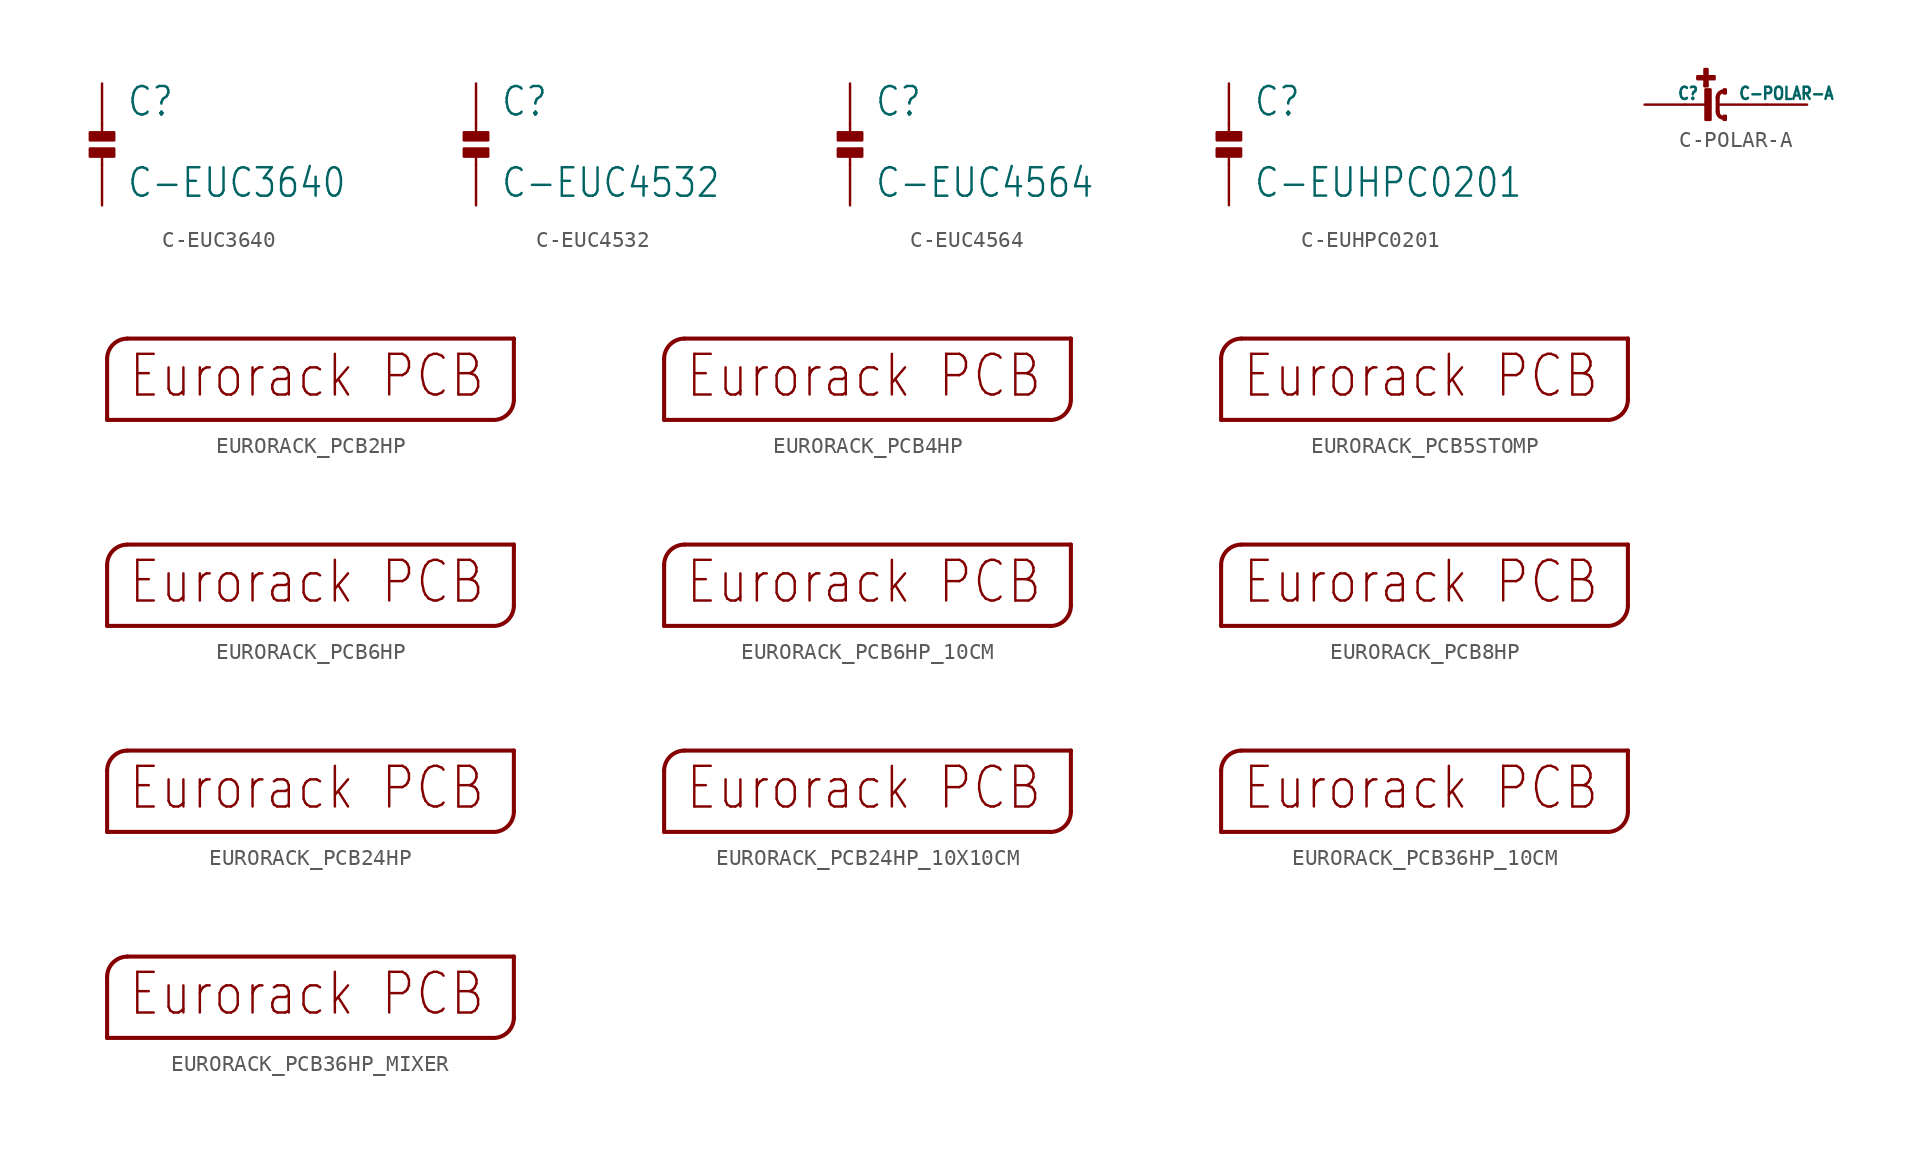
<source format=kicad_sym>
(kicad_symbol_lib
  (version 20211014)
  (generator kicad_symbol_editor)
  (symbol "C-EUC3640"
    (property "Reference" "C"
      (at 1.524 0.381 0)
      (effects (font (size 1.778 1.511)) (justify left bottom)))
    (property "Value" "C-EUC3640"
      (at 1.524 -4.699 0)
      (effects (font (size 1.778 1.511)) (justify left bottom)))
    (property "ki_locked" ""
      (at 0 0 0)
      (effects (font (size 1.27 1.27))))
    (symbol "C-EUC3640_1_0"
      (rectangle (start -0.762 -2.032) (end 0.762 -1.524) (stroke (width 0) (type default) (color 0 0 0 0)) (fill (type outline)))
      (rectangle (start -0.762 -1.016) (end 0.762 -0.508) (stroke (width 0) (type default) (color 0 0 0 0)) (fill (type outline)))
      (polyline (pts (xy 0 -2.54) (xy 0 -2.032)) (stroke (width 0.152) (type default) (color 0 0 0 0)) (fill (type none)))
      (polyline (pts (xy 0 0) (xy 0 -0.508)) (stroke (width 0.152) (type default) (color 0 0 0 0)) (fill (type none)))
      (pin passive line (at 0 2.54 270) (length 2.54) (name "1" (effects (font (size 0 0)))) (number "1" (effects (font (size 0 0)))))
      (pin passive line (at 0 -5.08 90) (length 2.54) (name "2" (effects (font (size 0 0)))) (number "2" (effects (font (size 0 0)))))))
  (symbol "C-EUC4532"
    (property "Reference" "C"
      (at 1.524 0.381 0)
      (effects (font (size 1.778 1.511)) (justify left bottom)))
    (property "Value" "C-EUC4532"
      (at 1.524 -4.699 0)
      (effects (font (size 1.778 1.511)) (justify left bottom)))
    (property "ki_locked" ""
      (at 0 0 0)
      (effects (font (size 1.27 1.27))))
    (symbol "C-EUC4532_1_0"
      (rectangle (start -0.762 -2.032) (end 0.762 -1.524) (stroke (width 0) (type default) (color 0 0 0 0)) (fill (type outline)))
      (rectangle (start -0.762 -1.016) (end 0.762 -0.508) (stroke (width 0) (type default) (color 0 0 0 0)) (fill (type outline)))
      (polyline (pts (xy 0 -2.54) (xy 0 -2.032)) (stroke (width 0.152) (type default) (color 0 0 0 0)) (fill (type none)))
      (polyline (pts (xy 0 0) (xy 0 -0.508)) (stroke (width 0.152) (type default) (color 0 0 0 0)) (fill (type none)))
      (pin passive line (at 0 2.54 270) (length 2.54) (name "1" (effects (font (size 0 0)))) (number "1" (effects (font (size 0 0)))))
      (pin passive line (at 0 -5.08 90) (length 2.54) (name "2" (effects (font (size 0 0)))) (number "2" (effects (font (size 0 0)))))))
  (symbol "C-EUC4564"
    (property "Reference" "C"
      (at 1.524 0.381 0)
      (effects (font (size 1.778 1.511)) (justify left bottom)))
    (property "Value" "C-EUC4564"
      (at 1.524 -4.699 0)
      (effects (font (size 1.778 1.511)) (justify left bottom)))
    (property "ki_locked" ""
      (at 0 0 0)
      (effects (font (size 1.27 1.27))))
    (symbol "C-EUC4564_1_0"
      (rectangle (start -0.762 -2.032) (end 0.762 -1.524) (stroke (width 0) (type default) (color 0 0 0 0)) (fill (type outline)))
      (rectangle (start -0.762 -1.016) (end 0.762 -0.508) (stroke (width 0) (type default) (color 0 0 0 0)) (fill (type outline)))
      (polyline (pts (xy 0 -2.54) (xy 0 -2.032)) (stroke (width 0.152) (type default) (color 0 0 0 0)) (fill (type none)))
      (polyline (pts (xy 0 0) (xy 0 -0.508)) (stroke (width 0.152) (type default) (color 0 0 0 0)) (fill (type none)))
      (pin passive line (at 0 2.54 270) (length 2.54) (name "1" (effects (font (size 0 0)))) (number "1" (effects (font (size 0 0)))))
      (pin passive line (at 0 -5.08 90) (length 2.54) (name "2" (effects (font (size 0 0)))) (number "2" (effects (font (size 0 0)))))))
  (symbol "C-EUHPC0201"
    (property "Reference" "C"
      (at 1.524 0.381 0)
      (effects (font (size 1.778 1.511)) (justify left bottom)))
    (property "Value" "C-EUHPC0201"
      (at 1.524 -4.699 0)
      (effects (font (size 1.778 1.511)) (justify left bottom)))
    (property "ki_locked" ""
      (at 0 0 0)
      (effects (font (size 1.27 1.27))))
    (symbol "C-EUHPC0201_1_0"
      (rectangle (start -0.762 -2.032) (end 0.762 -1.524) (stroke (width 0) (type default) (color 0 0 0 0)) (fill (type outline)))
      (rectangle (start -0.762 -1.016) (end 0.762 -0.508) (stroke (width 0) (type default) (color 0 0 0 0)) (fill (type outline)))
      (polyline (pts (xy 0 -2.54) (xy 0 -2.032)) (stroke (width 0.152) (type default) (color 0 0 0 0)) (fill (type none)))
      (polyline (pts (xy 0 0) (xy 0 -0.508)) (stroke (width 0.152) (type default) (color 0 0 0 0)) (fill (type none)))
      (pin passive line (at 0 2.54 270) (length 2.54) (name "1" (effects (font (size 0 0)))) (number "1" (effects (font (size 0 0)))))
      (pin passive line (at 0 -5.08 90) (length 2.54) (name "2" (effects (font (size 0 0)))) (number "2" (effects (font (size 0 0)))))))
  (symbol "C-POLAR-A"
    (property "Reference" "C"
      (at -1.651 0.254 0)
      (effects (font (size 0.762 0.648)) (justify right bottom)))
    (property "Value" "C-POLAR-A"
      (at 0.762 0.254 0)
      (effects (font (size 0.762 0.648)) (justify left bottom)))
    (property "ki_locked" ""
      (at 0 0 0)
      (effects (font (size 1.27 1.27))))
    (symbol "C-POLAR-A_1_0"
      (rectangle (start -1.778 1.587) (end -0.699 1.778) (stroke (width 0) (type default) (color 0 0 0 0)) (fill (type outline)))
      (rectangle (start -1.714 1.651) (end -0.762 1.778) (stroke (width 0) (type default) (color 0 0 0 0)) (fill (type outline)))
      (rectangle (start -1.333 1.143) (end -1.143 1.206) (stroke (width 0) (type default) (color 0 0 0 0)) (fill (type outline)))
      (rectangle (start -1.333 1.206) (end -1.206 2.223) (stroke (width 0) (type default) (color 0 0 0 0)) (fill (type outline)))
      (rectangle (start -1.27 -0.953) (end -0.953 0.953) (stroke (width 0) (type default) (color 0 0 0 0)) (fill (type outline)))
      (rectangle (start -1.206 1.206) (end -1.143 2.223) (stroke (width 0) (type default) (color 0 0 0 0)) (fill (type outline)))
      (arc (start -0.508 -0.4445) (mid -0.3964 -0.7139) (end -0.127 -0.8255) (stroke (width 0.254) (type default) (color 0 0 0 0)) (fill (type none)))
      (rectangle (start -0.127 -0.953) (end 0 -0.699) (stroke (width 0) (type default) (color 0 0 0 0)) (fill (type outline)))
      (rectangle (start -0.127 0.699) (end 0 0.889) (stroke (width 0) (type default) (color 0 0 0 0)) (fill (type outline)))
      (arc (start -0.127 0.8255) (mid -0.3963 0.7138) (end -0.508 0.4445) (stroke (width 0.254) (type default) (color 0 0 0 0)) (fill (type none)))
      (rectangle (start -0.127 0.889) (end 0 0.953) (stroke (width 0) (type default) (color 0 0 0 0)) (fill (type outline)))
      (polyline (pts (xy -1.27 0) (xy -2.54 0)) (stroke (width 0.152) (type default) (color 0 0 0 0)) (fill (type none)))
      (polyline (pts (xy -0.508 0) (xy 2.54 0)) (stroke (width 0.152) (type default) (color 0 0 0 0)) (fill (type none)))
      (polyline (pts (xy -0.508 0.445) (xy -0.508 -0.445)) (stroke (width 0.254) (type default) (color 0 0 0 0)) (fill (type none)))
      (pin bidirectional line (at -5.08 0 0) (length 2.54) (name "1" (effects (font (size 0 0)))) (number "+" (effects (font (size 0 0)))))
      (pin bidirectional line (at 5.08 0 180) (length 2.54) (name "2" (effects (font (size 0 0)))) (number "-" (effects (font (size 0 0)))))))
  (symbol "EURORACK_PCB2HP"
    (property "Reference" "PCB"
      (at 0 0 0)
      (effects (font (size 1.27 1.27)) hide))
    (property "ki_locked" ""
      (at 0 0 0)
      (effects (font (size 1.27 1.27))))
    (symbol "EURORACK_PCB2HP_1_0"
      (polyline (pts (xy -1.27 -1.27) (xy 22.86 -1.27)) (stroke (width 0.254) (type default) (color 0 0 0 0)) (fill (type none)))
      (polyline (pts (xy -1.27 2.54) (xy -1.27 -1.27)) (stroke (width 0.254) (type default) (color 0 0 0 0)) (fill (type none)))
      (polyline (pts (xy 24.13 0) (xy 24.13 3.81)) (stroke (width 0.254) (type default) (color 0 0 0 0)) (fill (type none)))
      (polyline (pts (xy 24.13 3.81) (xy 0 3.81)) (stroke (width 0.254) (type default) (color 0 0 0 0)) (fill (type none)))
      (arc (start 0 3.81) (mid -0.898 3.438) (end -1.27 2.54) (stroke (width 0.254) (type default) (color 0 0 0 0)) (fill (type none)))
      (arc (start 22.86 -1.27) (mid 23.758 -0.898) (end 24.13 0) (stroke (width 0.254) (type default) (color 0 0 0 0)) (fill (type none)))
      (text "Eurorack PCB" (at 0 0 0) (effects (font (size 2.54 2.159)) (justify left bottom)))))
  (symbol "EURORACK_PCB4HP"
    (property "Reference" "PCB"
      (at 0 0 0)
      (effects (font (size 1.27 1.27)) hide))
    (property "ki_locked" ""
      (at 0 0 0)
      (effects (font (size 1.27 1.27))))
    (symbol "EURORACK_PCB4HP_1_0"
      (polyline (pts (xy -1.27 -1.27) (xy 22.86 -1.27)) (stroke (width 0.254) (type default) (color 0 0 0 0)) (fill (type none)))
      (polyline (pts (xy -1.27 2.54) (xy -1.27 -1.27)) (stroke (width 0.254) (type default) (color 0 0 0 0)) (fill (type none)))
      (polyline (pts (xy 24.13 0) (xy 24.13 3.81)) (stroke (width 0.254) (type default) (color 0 0 0 0)) (fill (type none)))
      (polyline (pts (xy 24.13 3.81) (xy 0 3.81)) (stroke (width 0.254) (type default) (color 0 0 0 0)) (fill (type none)))
      (arc (start 0 3.81) (mid -0.898 3.438) (end -1.27 2.54) (stroke (width 0.254) (type default) (color 0 0 0 0)) (fill (type none)))
      (arc (start 22.86 -1.27) (mid 23.758 -0.898) (end 24.13 0) (stroke (width 0.254) (type default) (color 0 0 0 0)) (fill (type none)))
      (text "Eurorack PCB" (at 0 0 0) (effects (font (size 2.54 2.159)) (justify left bottom)))))
  (symbol "EURORACK_PCB5STOMP"
    (property "Reference" "PCB"
      (at 0 0 0)
      (effects (font (size 1.27 1.27)) hide))
    (property "ki_locked" ""
      (at 0 0 0)
      (effects (font (size 1.27 1.27))))
    (symbol "EURORACK_PCB5STOMP_1_0"
      (polyline (pts (xy -1.27 -1.27) (xy 22.86 -1.27)) (stroke (width 0.254) (type default) (color 0 0 0 0)) (fill (type none)))
      (polyline (pts (xy -1.27 2.54) (xy -1.27 -1.27)) (stroke (width 0.254) (type default) (color 0 0 0 0)) (fill (type none)))
      (polyline (pts (xy 24.13 0) (xy 24.13 3.81)) (stroke (width 0.254) (type default) (color 0 0 0 0)) (fill (type none)))
      (polyline (pts (xy 24.13 3.81) (xy 0 3.81)) (stroke (width 0.254) (type default) (color 0 0 0 0)) (fill (type none)))
      (arc (start 0 3.81) (mid -0.898 3.438) (end -1.27 2.54) (stroke (width 0.254) (type default) (color 0 0 0 0)) (fill (type none)))
      (arc (start 22.86 -1.27) (mid 23.758 -0.898) (end 24.13 0) (stroke (width 0.254) (type default) (color 0 0 0 0)) (fill (type none)))
      (text "Eurorack PCB" (at 0 0 0) (effects (font (size 2.54 2.159)) (justify left bottom)))))
  (symbol "EURORACK_PCB6HP"
    (property "Reference" "PCB"
      (at 0 0 0)
      (effects (font (size 1.27 1.27)) hide))
    (property "ki_locked" ""
      (at 0 0 0)
      (effects (font (size 1.27 1.27))))
    (symbol "EURORACK_PCB6HP_1_0"
      (polyline (pts (xy -1.27 -1.27) (xy 22.86 -1.27)) (stroke (width 0.254) (type default) (color 0 0 0 0)) (fill (type none)))
      (polyline (pts (xy -1.27 2.54) (xy -1.27 -1.27)) (stroke (width 0.254) (type default) (color 0 0 0 0)) (fill (type none)))
      (polyline (pts (xy 24.13 0) (xy 24.13 3.81)) (stroke (width 0.254) (type default) (color 0 0 0 0)) (fill (type none)))
      (polyline (pts (xy 24.13 3.81) (xy 0 3.81)) (stroke (width 0.254) (type default) (color 0 0 0 0)) (fill (type none)))
      (arc (start 0 3.81) (mid -0.898 3.438) (end -1.27 2.54) (stroke (width 0.254) (type default) (color 0 0 0 0)) (fill (type none)))
      (arc (start 22.86 -1.27) (mid 23.758 -0.898) (end 24.13 0) (stroke (width 0.254) (type default) (color 0 0 0 0)) (fill (type none)))
      (text "Eurorack PCB" (at 0 0 0) (effects (font (size 2.54 2.159)) (justify left bottom)))))
  (symbol "EURORACK_PCB6HP_10CM"
    (property "Reference" "PCB"
      (at 0 0 0)
      (effects (font (size 1.27 1.27)) hide))
    (property "ki_locked" ""
      (at 0 0 0)
      (effects (font (size 1.27 1.27))))
    (symbol "EURORACK_PCB6HP_10CM_1_0"
      (polyline (pts (xy -1.27 -1.27) (xy 22.86 -1.27)) (stroke (width 0.254) (type default) (color 0 0 0 0)) (fill (type none)))
      (polyline (pts (xy -1.27 2.54) (xy -1.27 -1.27)) (stroke (width 0.254) (type default) (color 0 0 0 0)) (fill (type none)))
      (polyline (pts (xy 24.13 0) (xy 24.13 3.81)) (stroke (width 0.254) (type default) (color 0 0 0 0)) (fill (type none)))
      (polyline (pts (xy 24.13 3.81) (xy 0 3.81)) (stroke (width 0.254) (type default) (color 0 0 0 0)) (fill (type none)))
      (arc (start 0 3.81) (mid -0.898 3.438) (end -1.27 2.54) (stroke (width 0.254) (type default) (color 0 0 0 0)) (fill (type none)))
      (arc (start 22.86 -1.27) (mid 23.758 -0.898) (end 24.13 0) (stroke (width 0.254) (type default) (color 0 0 0 0)) (fill (type none)))
      (text "Eurorack PCB" (at 0 0 0) (effects (font (size 2.54 2.159)) (justify left bottom)))))
  (symbol "EURORACK_PCB8HP"
    (property "Reference" "PCB"
      (at 0 0 0)
      (effects (font (size 1.27 1.27)) hide))
    (property "ki_locked" ""
      (at 0 0 0)
      (effects (font (size 1.27 1.27))))
    (symbol "EURORACK_PCB8HP_1_0"
      (polyline (pts (xy -1.27 -1.27) (xy 22.86 -1.27)) (stroke (width 0.254) (type default) (color 0 0 0 0)) (fill (type none)))
      (polyline (pts (xy -1.27 2.54) (xy -1.27 -1.27)) (stroke (width 0.254) (type default) (color 0 0 0 0)) (fill (type none)))
      (polyline (pts (xy 24.13 0) (xy 24.13 3.81)) (stroke (width 0.254) (type default) (color 0 0 0 0)) (fill (type none)))
      (polyline (pts (xy 24.13 3.81) (xy 0 3.81)) (stroke (width 0.254) (type default) (color 0 0 0 0)) (fill (type none)))
      (arc (start 0 3.81) (mid -0.898 3.438) (end -1.27 2.54) (stroke (width 0.254) (type default) (color 0 0 0 0)) (fill (type none)))
      (arc (start 22.86 -1.27) (mid 23.758 -0.898) (end 24.13 0) (stroke (width 0.254) (type default) (color 0 0 0 0)) (fill (type none)))
      (text "Eurorack PCB" (at 0 0 0) (effects (font (size 2.54 2.159)) (justify left bottom)))))
  (symbol "EURORACK_PCB24HP"
    (property "Reference" "PCB"
      (at 0 0 0)
      (effects (font (size 1.27 1.27)) hide))
    (property "ki_locked" ""
      (at 0 0 0)
      (effects (font (size 1.27 1.27))))
    (symbol "EURORACK_PCB24HP_1_0"
      (polyline (pts (xy -1.27 -1.27) (xy 22.86 -1.27)) (stroke (width 0.254) (type default) (color 0 0 0 0)) (fill (type none)))
      (polyline (pts (xy -1.27 2.54) (xy -1.27 -1.27)) (stroke (width 0.254) (type default) (color 0 0 0 0)) (fill (type none)))
      (polyline (pts (xy 24.13 0) (xy 24.13 3.81)) (stroke (width 0.254) (type default) (color 0 0 0 0)) (fill (type none)))
      (polyline (pts (xy 24.13 3.81) (xy 0 3.81)) (stroke (width 0.254) (type default) (color 0 0 0 0)) (fill (type none)))
      (arc (start 0 3.81) (mid -0.898 3.438) (end -1.27 2.54) (stroke (width 0.254) (type default) (color 0 0 0 0)) (fill (type none)))
      (arc (start 22.86 -1.27) (mid 23.758 -0.898) (end 24.13 0) (stroke (width 0.254) (type default) (color 0 0 0 0)) (fill (type none)))
      (text "Eurorack PCB" (at 0 0 0) (effects (font (size 2.54 2.159)) (justify left bottom)))))
  (symbol "EURORACK_PCB24HP_10X10CM"
    (property "Reference" "PCB"
      (at 0 0 0)
      (effects (font (size 1.27 1.27)) hide))
    (property "ki_locked" ""
      (at 0 0 0)
      (effects (font (size 1.27 1.27))))
    (symbol "EURORACK_PCB24HP_10X10CM_1_0"
      (polyline (pts (xy -1.27 -1.27) (xy 22.86 -1.27)) (stroke (width 0.254) (type default) (color 0 0 0 0)) (fill (type none)))
      (polyline (pts (xy -1.27 2.54) (xy -1.27 -1.27)) (stroke (width 0.254) (type default) (color 0 0 0 0)) (fill (type none)))
      (polyline (pts (xy 24.13 0) (xy 24.13 3.81)) (stroke (width 0.254) (type default) (color 0 0 0 0)) (fill (type none)))
      (polyline (pts (xy 24.13 3.81) (xy 0 3.81)) (stroke (width 0.254) (type default) (color 0 0 0 0)) (fill (type none)))
      (arc (start 0 3.81) (mid -0.898 3.438) (end -1.27 2.54) (stroke (width 0.254) (type default) (color 0 0 0 0)) (fill (type none)))
      (arc (start 22.86 -1.27) (mid 23.758 -0.898) (end 24.13 0) (stroke (width 0.254) (type default) (color 0 0 0 0)) (fill (type none)))
      (text "Eurorack PCB" (at 0 0 0) (effects (font (size 2.54 2.159)) (justify left bottom)))))
  (symbol "EURORACK_PCB36HP_10CM"
    (property "Reference" "PCB"
      (at 0 0 0)
      (effects (font (size 1.27 1.27)) hide))
    (property "ki_locked" ""
      (at 0 0 0)
      (effects (font (size 1.27 1.27))))
    (symbol "EURORACK_PCB36HP_10CM_1_0"
      (polyline (pts (xy -1.27 -1.27) (xy 22.86 -1.27)) (stroke (width 0.254) (type default) (color 0 0 0 0)) (fill (type none)))
      (polyline (pts (xy -1.27 2.54) (xy -1.27 -1.27)) (stroke (width 0.254) (type default) (color 0 0 0 0)) (fill (type none)))
      (polyline (pts (xy 24.13 0) (xy 24.13 3.81)) (stroke (width 0.254) (type default) (color 0 0 0 0)) (fill (type none)))
      (polyline (pts (xy 24.13 3.81) (xy 0 3.81)) (stroke (width 0.254) (type default) (color 0 0 0 0)) (fill (type none)))
      (arc (start 0 3.81) (mid -0.898 3.438) (end -1.27 2.54) (stroke (width 0.254) (type default) (color 0 0 0 0)) (fill (type none)))
      (arc (start 22.86 -1.27) (mid 23.758 -0.898) (end 24.13 0) (stroke (width 0.254) (type default) (color 0 0 0 0)) (fill (type none)))
      (text "Eurorack PCB" (at 0 0 0) (effects (font (size 2.54 2.159)) (justify left bottom)))))
  (symbol "EURORACK_PCB36HP_MIXER"
    (property "Reference" "PCB"
      (at 0 0 0)
      (effects (font (size 1.27 1.27)) hide))
    (property "ki_locked" ""
      (at 0 0 0)
      (effects (font (size 1.27 1.27))))
    (symbol "EURORACK_PCB36HP_MIXER_1_0"
      (polyline (pts (xy -1.27 -1.27) (xy 22.86 -1.27)) (stroke (width 0.254) (type default) (color 0 0 0 0)) (fill (type none)))
      (polyline (pts (xy -1.27 2.54) (xy -1.27 -1.27)) (stroke (width 0.254) (type default) (color 0 0 0 0)) (fill (type none)))
      (polyline (pts (xy 24.13 0) (xy 24.13 3.81)) (stroke (width 0.254) (type default) (color 0 0 0 0)) (fill (type none)))
      (polyline (pts (xy 24.13 3.81) (xy 0 3.81)) (stroke (width 0.254) (type default) (color 0 0 0 0)) (fill (type none)))
      (arc (start 0 3.81) (mid -0.898 3.438) (end -1.27 2.54) (stroke (width 0.254) (type default) (color 0 0 0 0)) (fill (type none)))
      (arc (start 22.86 -1.27) (mid 23.758 -0.898) (end 24.13 0) (stroke (width 0.254) (type default) (color 0 0 0 0)) (fill (type none)))
      (text "Eurorack PCB" (at 0 0 0) (effects (font (size 2.54 2.159)) (justify left bottom))))))
</source>
